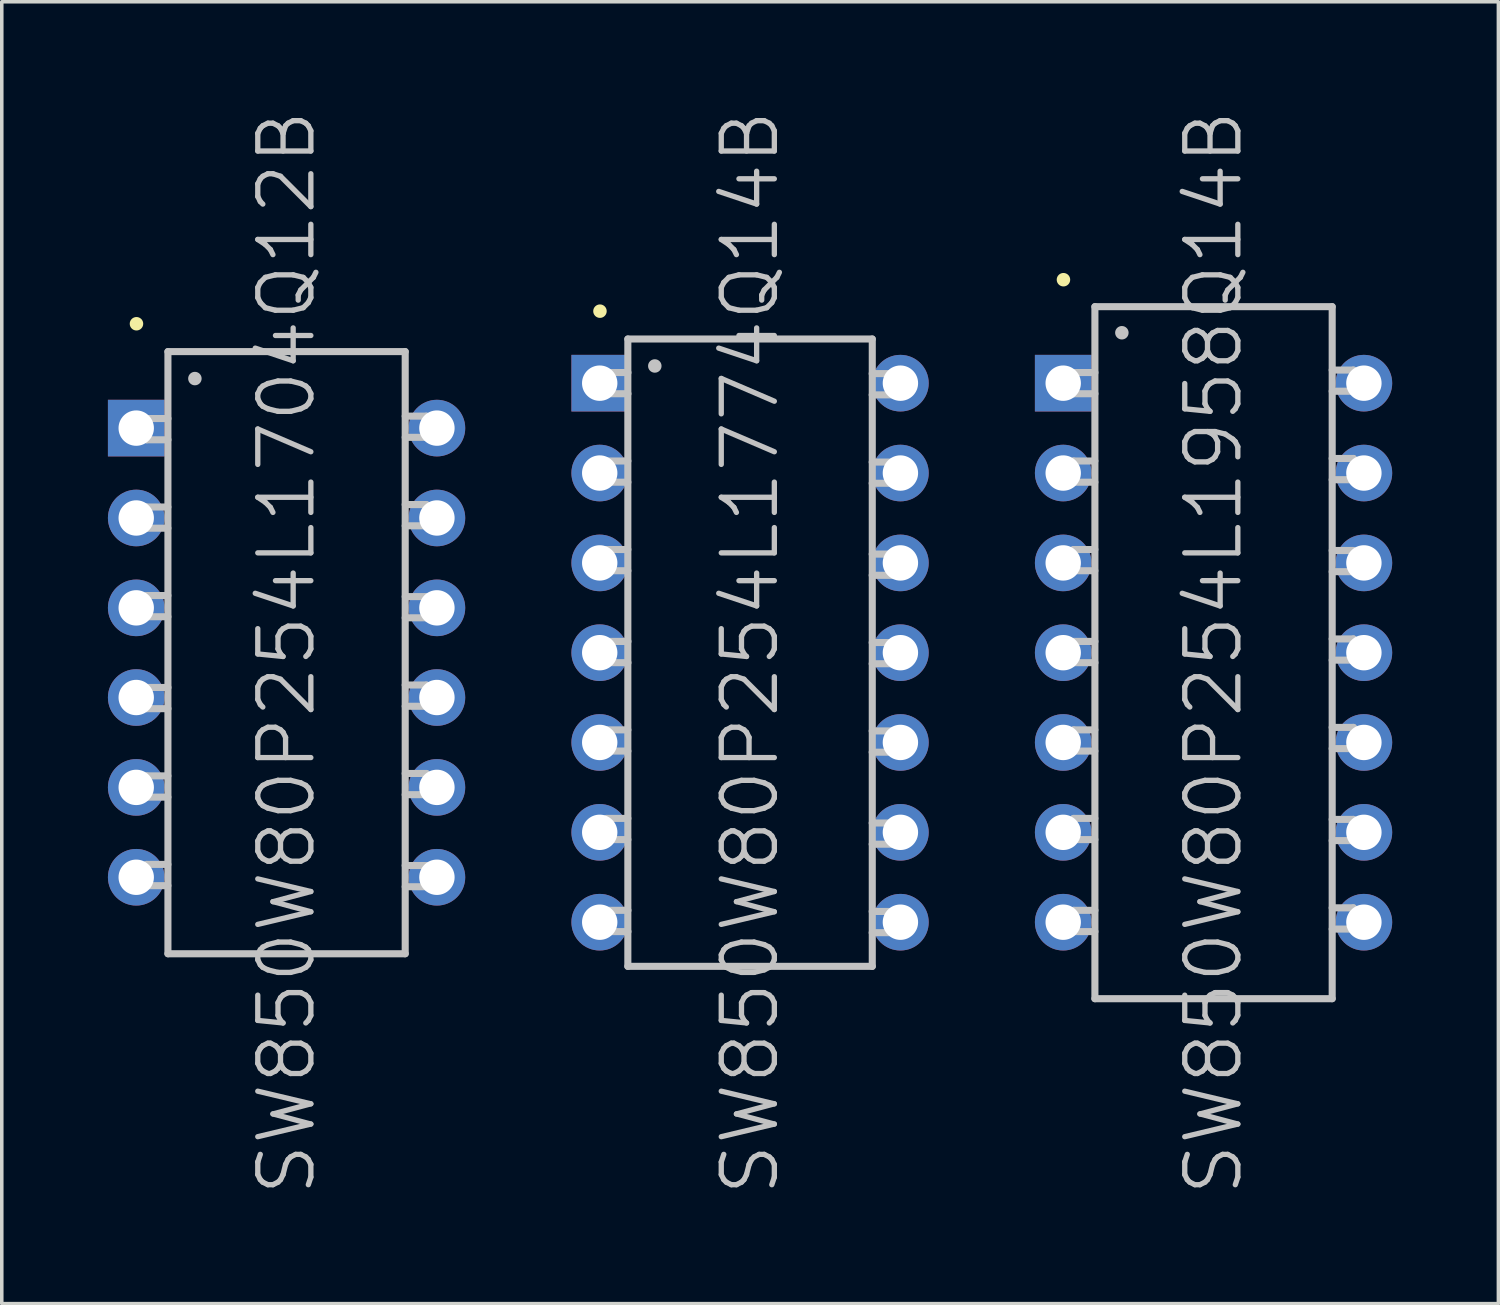
<source format=kicad_pcb>
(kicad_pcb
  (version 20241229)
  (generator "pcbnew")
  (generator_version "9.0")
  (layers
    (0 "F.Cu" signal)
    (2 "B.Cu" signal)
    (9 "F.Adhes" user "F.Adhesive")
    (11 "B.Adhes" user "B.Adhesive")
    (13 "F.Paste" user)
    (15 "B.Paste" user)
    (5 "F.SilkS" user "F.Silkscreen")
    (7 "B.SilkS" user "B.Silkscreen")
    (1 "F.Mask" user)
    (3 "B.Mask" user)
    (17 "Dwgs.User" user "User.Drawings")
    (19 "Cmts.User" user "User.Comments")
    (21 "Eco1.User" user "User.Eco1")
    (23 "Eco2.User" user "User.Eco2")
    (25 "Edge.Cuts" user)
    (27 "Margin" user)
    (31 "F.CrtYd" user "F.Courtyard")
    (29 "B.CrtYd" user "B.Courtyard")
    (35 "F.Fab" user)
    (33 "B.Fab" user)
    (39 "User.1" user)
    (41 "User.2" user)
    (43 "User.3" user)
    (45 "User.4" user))
  (footprint "SW850W80P254L1958Q14B"
    (layer "F.Cu")
    (at 31.247 15.396)
    (property "Reference" "SW850W80P254L1958Q14B" (at 0 0 90) (layer "Dwgs.User") (effects (font (size 1.5 1.5) (thickness 0.15))))
    (attr through_hole)
    (fp_line (start -4.242 -10.541) (end -4.242 -10.541) (stroke (width 0.381) (type solid)) (layer "F.SilkS"))
    (fp_line (start -3.955 -5.418) (end -3.955 -4.818) (stroke (width 0.2) (type solid)) (layer "Dwgs.User"))
    (fp_line (start -3.955 -4.818) (end -3.355 -4.818) (stroke (width 0.2) (type solid)) (layer "Dwgs.User"))
    (fp_line (start -3.955 -2.916) (end -3.955 -2.316) (stroke (width 0.2) (type solid)) (layer "Dwgs.User"))
    (fp_line (start -3.955 -2.316) (end -3.355 -2.316) (stroke (width 0.2) (type solid)) (layer "Dwgs.User"))
    (fp_line (start -3.955 2.182) (end -3.955 2.781) (stroke (width 0.2) (type solid)) (layer "Dwgs.User"))
    (fp_line (start -3.955 2.781) (end -3.355 2.781) (stroke (width 0.2) (type solid)) (layer "Dwgs.User"))
    (fp_line (start -3.955 4.684) (end -3.955 5.283) (stroke (width 0.2) (type solid)) (layer "Dwgs.User"))
    (fp_line (start -3.955 5.283) (end -3.355 5.283) (stroke (width 0.2) (type solid)) (layer "Dwgs.User"))
    (fp_line (start -3.952 -7.917) (end -3.952 -7.318) (stroke (width 0.2) (type solid)) (layer "Dwgs.User"))
    (fp_line (start -3.952 -7.318) (end -3.353 -7.318) (stroke (width 0.2) (type solid)) (layer "Dwgs.User"))
    (fp_line (start -3.952 -0.318) (end -3.952 0.282) (stroke (width 0.2) (type solid)) (layer "Dwgs.User"))
    (fp_line (start -3.952 0.282) (end -3.353 0.282) (stroke (width 0.2) (type solid)) (layer "Dwgs.User"))
    (fp_line (start -3.952 7.282) (end -3.952 7.882) (stroke (width 0.2) (type solid)) (layer "Dwgs.User"))
    (fp_line (start -3.952 7.882) (end -3.353 7.882) (stroke (width 0.2) (type solid)) (layer "Dwgs.User"))
    (fp_line (start -3.355 -5.418) (end -3.955 -5.418) (stroke (width 0.2) (type solid)) (layer "Dwgs.User"))
    (fp_line (start -3.355 -2.916) (end -3.955 -2.916) (stroke (width 0.2) (type solid)) (layer "Dwgs.User"))
    (fp_line (start -3.355 2.182) (end -3.955 2.182) (stroke (width 0.2) (type solid)) (layer "Dwgs.User"))
    (fp_line (start -3.355 4.684) (end -3.955 4.684) (stroke (width 0.2) (type solid)) (layer "Dwgs.User"))
    (fp_line (start -3.353 -9.779) (end -3.353 9.779) (stroke (width 0.2) (type solid)) (layer "Dwgs.User"))
    (fp_line (start -3.353 -9.779) (end 3.353 -9.779) (stroke (width 0.2) (type solid)) (layer "Dwgs.User"))
    (fp_line (start -3.353 -7.917) (end -3.952 -7.917) (stroke (width 0.2) (type solid)) (layer "Dwgs.User"))
    (fp_line (start -3.353 -0.318) (end -3.952 -0.318) (stroke (width 0.2) (type solid)) (layer "Dwgs.User"))
    (fp_line (start -3.353 7.282) (end -3.952 7.282) (stroke (width 0.2) (type solid)) (layer "Dwgs.User"))
    (fp_line (start -3.353 9.779) (end 3.353 9.779) (stroke (width 0.2) (type solid)) (layer "Dwgs.User"))
    (fp_line (start -2.591 -9.042) (end -2.591 -9.042) (stroke (width 0.381) (type solid)) (layer "Dwgs.User"))
    (fp_line (start 3.353 -9.779) (end 3.353 9.779) (stroke (width 0.2) (type solid)) (layer "Dwgs.User"))
    (fp_line (start 3.353 -7.389) (end 3.952 -7.389) (stroke (width 0.2) (type solid)) (layer "Dwgs.User"))
    (fp_line (start 3.353 -4.889) (end 3.952 -4.889) (stroke (width 0.2) (type solid)) (layer "Dwgs.User"))
    (fp_line (start 3.353 -2.289) (end 3.952 -2.289) (stroke (width 0.2) (type solid)) (layer "Dwgs.User"))
    (fp_line (start 3.353 0.211) (end 3.952 0.211) (stroke (width 0.2) (type solid)) (layer "Dwgs.User"))
    (fp_line (start 3.353 2.71) (end 3.952 2.71) (stroke (width 0.2) (type solid)) (layer "Dwgs.User"))
    (fp_line (start 3.353 5.311) (end 3.952 5.311) (stroke (width 0.2) (type solid)) (layer "Dwgs.User"))
    (fp_line (start 3.353 7.811) (end 3.952 7.811) (stroke (width 0.2) (type solid)) (layer "Dwgs.User"))
    (fp_line (start 3.952 -7.988) (end 3.353 -7.988) (stroke (width 0.2) (type solid)) (layer "Dwgs.User"))
    (fp_line (start 3.952 -7.389) (end 3.952 -7.988) (stroke (width 0.2) (type solid)) (layer "Dwgs.User"))
    (fp_line (start 3.952 -5.489) (end 3.353 -5.489) (stroke (width 0.2) (type solid)) (layer "Dwgs.User"))
    (fp_line (start 3.952 -4.889) (end 3.952 -5.489) (stroke (width 0.2) (type solid)) (layer "Dwgs.User"))
    (fp_line (start 3.952 -2.888) (end 3.353 -2.888) (stroke (width 0.2) (type solid)) (layer "Dwgs.User"))
    (fp_line (start 3.952 -2.289) (end 3.952 -2.888) (stroke (width 0.2) (type solid)) (layer "Dwgs.User"))
    (fp_line (start 3.952 -0.389) (end 3.353 -0.389) (stroke (width 0.2) (type solid)) (layer "Dwgs.User"))
    (fp_line (start 3.952 0.211) (end 3.952 -0.389) (stroke (width 0.2) (type solid)) (layer "Dwgs.User"))
    (fp_line (start 3.952 2.111) (end 3.353 2.111) (stroke (width 0.2) (type solid)) (layer "Dwgs.User"))
    (fp_line (start 3.952 2.71) (end 3.952 2.111) (stroke (width 0.2) (type solid)) (layer "Dwgs.User"))
    (fp_line (start 3.952 4.712) (end 3.353 4.712) (stroke (width 0.2) (type solid)) (layer "Dwgs.User"))
    (fp_line (start 3.952 5.311) (end 3.952 4.712) (stroke (width 0.2) (type solid)) (layer "Dwgs.User"))
    (fp_line (start 3.952 7.211) (end 3.353 7.211) (stroke (width 0.2) (type solid)) (layer "Dwgs.User"))
    (fp_line (start 3.952 7.811) (end 3.952 7.211) (stroke (width 0.2) (type solid)) (layer "Dwgs.User"))
    (pad "1" thru_hole rect (at -4.249 -7.617 180) (size 1.6 1.6) (drill 1) (layers "*.Cu" "*.Mask"))
    (pad "2" thru_hole circle (at -4.249 -5.077 180) (size 1.6 1.6) (drill 1) (layers "*.Cu" "*.Mask"))
    (pad "3" thru_hole circle (at -4.249 -2.537 180) (size 1.6 1.6) (drill 1) (layers "*.Cu" "*.Mask"))
    (pad "4" thru_hole circle (at -4.249 0 180) (size 1.6 1.6) (drill 1) (layers "*.Cu" "*.Mask"))
    (pad "5" thru_hole circle (at -4.249 2.537 180) (size 1.6 1.6) (drill 1) (layers "*.Cu" "*.Mask"))
    (pad "6" thru_hole circle (at -4.249 5.077 180) (size 1.6 1.6) (drill 1) (layers "*.Cu" "*.Mask"))
    (pad "7" thru_hole circle (at -4.249 7.617 180) (size 1.6 1.6) (drill 1) (layers "*.Cu" "*.Mask"))
    (pad "8" thru_hole circle (at 4.249 7.617 180) (size 1.6 1.6) (drill 1) (layers "*.Cu" "*.Mask"))
    (pad "9" thru_hole circle (at 4.249 5.077 180) (size 1.6 1.6) (drill 1) (layers "*.Cu" "*.Mask"))
    (pad "10" thru_hole circle (at 4.249 2.537 180) (size 1.6 1.6) (drill 1) (layers "*.Cu" "*.Mask"))
    (pad "11" thru_hole circle (at 4.249 0 180) (size 1.6 1.6) (drill 1) (layers "*.Cu" "*.Mask"))
    (pad "12" thru_hole circle (at 4.249 -2.537 180) (size 1.6 1.6) (drill 1) (layers "*.Cu" "*.Mask"))
    (pad "13" thru_hole circle (at 4.249 -5.077 180) (size 1.6 1.6) (drill 1) (layers "*.Cu" "*.Mask"))
    (pad "14" thru_hole circle (at 4.249 -7.617 180) (size 1.6 1.6) (drill 1) (layers "*.Cu" "*.Mask")))
  (footprint "SW850W80P254L1774Q14B"
    (layer "F.Cu")
    (at 18.148 15.396)
    (property "Reference" "SW850W80P254L1774Q14B" (at 0 0 90) (layer "Dwgs.User") (effects (font (size 1.5 1.5) (thickness 0.15))))
    (attr through_hole)
    (fp_line (start -4.242 -9.652) (end -4.242 -9.652) (stroke (width 0.381) (type solid)) (layer "F.SilkS"))
    (fp_line (start -4.054 -5.418) (end -4.054 -4.818) (stroke (width 0.2) (type solid)) (layer "Dwgs.User"))
    (fp_line (start -4.054 -4.818) (end -3.454 -4.818) (stroke (width 0.2) (type solid)) (layer "Dwgs.User"))
    (fp_line (start -4.054 -2.916) (end -4.054 -2.316) (stroke (width 0.2) (type solid)) (layer "Dwgs.User"))
    (fp_line (start -4.054 -2.316) (end -3.454 -2.316) (stroke (width 0.2) (type solid)) (layer "Dwgs.User"))
    (fp_line (start -4.054 2.182) (end -4.054 2.781) (stroke (width 0.2) (type solid)) (layer "Dwgs.User"))
    (fp_line (start -4.054 2.781) (end -3.454 2.781) (stroke (width 0.2) (type solid)) (layer "Dwgs.User"))
    (fp_line (start -4.054 4.684) (end -4.054 5.283) (stroke (width 0.2) (type solid)) (layer "Dwgs.User"))
    (fp_line (start -4.054 5.283) (end -3.454 5.283) (stroke (width 0.2) (type solid)) (layer "Dwgs.User"))
    (fp_line (start -4.051 -7.917) (end -4.051 -7.318) (stroke (width 0.2) (type solid)) (layer "Dwgs.User"))
    (fp_line (start -4.051 -7.318) (end -3.452 -7.318) (stroke (width 0.2) (type solid)) (layer "Dwgs.User"))
    (fp_line (start -4.051 -0.318) (end -4.051 0.282) (stroke (width 0.2) (type solid)) (layer "Dwgs.User"))
    (fp_line (start -4.051 0.282) (end -3.452 0.282) (stroke (width 0.2) (type solid)) (layer "Dwgs.User"))
    (fp_line (start -4.051 7.282) (end -4.051 7.882) (stroke (width 0.2) (type solid)) (layer "Dwgs.User"))
    (fp_line (start -4.051 7.882) (end -3.452 7.882) (stroke (width 0.2) (type solid)) (layer "Dwgs.User"))
    (fp_line (start -3.454 -8.865) (end -3.454 8.865) (stroke (width 0.2) (type solid)) (layer "Dwgs.User"))
    (fp_line (start -3.454 -8.865) (end 3.454 -8.865) (stroke (width 0.2) (type solid)) (layer "Dwgs.User"))
    (fp_line (start -3.454 -5.418) (end -4.054 -5.418) (stroke (width 0.2) (type solid)) (layer "Dwgs.User"))
    (fp_line (start -3.454 -2.916) (end -4.054 -2.916) (stroke (width 0.2) (type solid)) (layer "Dwgs.User"))
    (fp_line (start -3.454 2.182) (end -4.054 2.182) (stroke (width 0.2) (type solid)) (layer "Dwgs.User"))
    (fp_line (start -3.454 4.684) (end -4.054 4.684) (stroke (width 0.2) (type solid)) (layer "Dwgs.User"))
    (fp_line (start -3.454 8.865) (end 3.454 8.865) (stroke (width 0.2) (type solid)) (layer "Dwgs.User"))
    (fp_line (start -3.452 -7.917) (end -4.051 -7.917) (stroke (width 0.2) (type solid)) (layer "Dwgs.User"))
    (fp_line (start -3.452 -0.318) (end -4.051 -0.318) (stroke (width 0.2) (type solid)) (layer "Dwgs.User"))
    (fp_line (start -3.452 7.282) (end -4.051 7.282) (stroke (width 0.2) (type solid)) (layer "Dwgs.User"))
    (fp_line (start -2.692 -8.103) (end -2.692 -8.103) (stroke (width 0.381) (type solid)) (layer "Dwgs.User"))
    (fp_line (start 3.452 -7.287) (end 4.051 -7.287) (stroke (width 0.2) (type solid)) (layer "Dwgs.User"))
    (fp_line (start 3.452 -4.788) (end 4.051 -4.788) (stroke (width 0.2) (type solid)) (layer "Dwgs.User"))
    (fp_line (start 3.452 -2.187) (end 4.051 -2.187) (stroke (width 0.2) (type solid)) (layer "Dwgs.User"))
    (fp_line (start 3.452 0.312) (end 4.051 0.312) (stroke (width 0.2) (type solid)) (layer "Dwgs.User"))
    (fp_line (start 3.452 2.812) (end 4.051 2.812) (stroke (width 0.2) (type solid)) (layer "Dwgs.User"))
    (fp_line (start 3.452 5.413) (end 4.051 5.413) (stroke (width 0.2) (type solid)) (layer "Dwgs.User"))
    (fp_line (start 3.452 7.912) (end 4.051 7.912) (stroke (width 0.2) (type solid)) (layer "Dwgs.User"))
    (fp_line (start 3.454 -8.865) (end 3.454 8.865) (stroke (width 0.2) (type solid)) (layer "Dwgs.User"))
    (fp_line (start 4.051 -7.887) (end 3.452 -7.887) (stroke (width 0.2) (type solid)) (layer "Dwgs.User"))
    (fp_line (start 4.051 -7.287) (end 4.051 -7.887) (stroke (width 0.2) (type solid)) (layer "Dwgs.User"))
    (fp_line (start 4.051 -5.387) (end 3.452 -5.387) (stroke (width 0.2) (type solid)) (layer "Dwgs.User"))
    (fp_line (start 4.051 -4.788) (end 4.051 -5.387) (stroke (width 0.2) (type solid)) (layer "Dwgs.User"))
    (fp_line (start 4.051 -2.786) (end 3.452 -2.786) (stroke (width 0.2) (type solid)) (layer "Dwgs.User"))
    (fp_line (start 4.051 -2.187) (end 4.051 -2.786) (stroke (width 0.2) (type solid)) (layer "Dwgs.User"))
    (fp_line (start 4.051 -0.287) (end 3.452 -0.287) (stroke (width 0.2) (type solid)) (layer "Dwgs.User"))
    (fp_line (start 4.051 0.312) (end 4.051 -0.287) (stroke (width 0.2) (type solid)) (layer "Dwgs.User"))
    (fp_line (start 4.051 2.212) (end 3.452 2.212) (stroke (width 0.2) (type solid)) (layer "Dwgs.User"))
    (fp_line (start 4.051 2.812) (end 4.051 2.212) (stroke (width 0.2) (type solid)) (layer "Dwgs.User"))
    (fp_line (start 4.051 4.813) (end 3.452 4.813) (stroke (width 0.2) (type solid)) (layer "Dwgs.User"))
    (fp_line (start 4.051 5.413) (end 4.051 4.813) (stroke (width 0.2) (type solid)) (layer "Dwgs.User"))
    (fp_line (start 4.051 7.313) (end 3.452 7.313) (stroke (width 0.2) (type solid)) (layer "Dwgs.User"))
    (fp_line (start 4.051 7.912) (end 4.051 7.313) (stroke (width 0.2) (type solid)) (layer "Dwgs.User"))
    (pad "1" thru_hole rect (at -4.249 -7.617 180) (size 1.6 1.6) (drill 1) (layers "*.Cu" "*.Mask"))
    (pad "2" thru_hole circle (at -4.249 -5.077 180) (size 1.6 1.6) (drill 1) (layers "*.Cu" "*.Mask"))
    (pad "3" thru_hole circle (at -4.249 -2.537 180) (size 1.6 1.6) (drill 1) (layers "*.Cu" "*.Mask"))
    (pad "4" thru_hole circle (at -4.249 0 180) (size 1.6 1.6) (drill 1) (layers "*.Cu" "*.Mask"))
    (pad "5" thru_hole circle (at -4.249 2.537 180) (size 1.6 1.6) (drill 1) (layers "*.Cu" "*.Mask"))
    (pad "6" thru_hole circle (at -4.249 5.077 180) (size 1.6 1.6) (drill 1) (layers "*.Cu" "*.Mask"))
    (pad "7" thru_hole circle (at -4.249 7.617 180) (size 1.6 1.6) (drill 1) (layers "*.Cu" "*.Mask"))
    (pad "8" thru_hole circle (at 4.249 7.617 180) (size 1.6 1.6) (drill 1) (layers "*.Cu" "*.Mask"))
    (pad "9" thru_hole circle (at 4.249 5.077 180) (size 1.6 1.6) (drill 1) (layers "*.Cu" "*.Mask"))
    (pad "10" thru_hole circle (at 4.249 2.537 180) (size 1.6 1.6) (drill 1) (layers "*.Cu" "*.Mask"))
    (pad "11" thru_hole circle (at 4.249 0 180) (size 1.6 1.6) (drill 1) (layers "*.Cu" "*.Mask"))
    (pad "12" thru_hole circle (at 4.249 -2.537 180) (size 1.6 1.6) (drill 1) (layers "*.Cu" "*.Mask"))
    (pad "13" thru_hole circle (at 4.249 -5.077 180) (size 1.6 1.6) (drill 1) (layers "*.Cu" "*.Mask"))
    (pad "14" thru_hole circle (at 4.249 -7.617 180) (size 1.6 1.6) (drill 1) (layers "*.Cu" "*.Mask")))
  (footprint "SW850W80P254L1704Q12B"
    (layer "F.Cu")
    (at 5.049 15.396)
    (property "Reference" "SW850W80P254L1704Q12B" (at 0 0 90) (layer "Dwgs.User") (effects (font (size 1.5 1.5) (thickness 0.15))))
    (attr through_hole)
    (fp_line (start -4.242 -9.296) (end -4.242 -9.296) (stroke (width 0.381) (type solid)) (layer "F.SilkS"))
    (fp_line (start -3.955 -4.117) (end -3.955 -3.518) (stroke (width 0.2) (type solid)) (layer "Dwgs.User"))
    (fp_line (start -3.955 -3.518) (end -3.355 -3.518) (stroke (width 0.2) (type solid)) (layer "Dwgs.User"))
    (fp_line (start -3.955 -1.615) (end -3.955 -1.016) (stroke (width 0.2) (type solid)) (layer "Dwgs.User"))
    (fp_line (start -3.955 -1.016) (end -3.355 -1.016) (stroke (width 0.2) (type solid)) (layer "Dwgs.User"))
    (fp_line (start -3.955 3.482) (end -3.955 4.082) (stroke (width 0.2) (type solid)) (layer "Dwgs.User"))
    (fp_line (start -3.955 4.082) (end -3.355 4.082) (stroke (width 0.2) (type solid)) (layer "Dwgs.User"))
    (fp_line (start -3.955 5.984) (end -3.955 6.584) (stroke (width 0.2) (type solid)) (layer "Dwgs.User"))
    (fp_line (start -3.955 6.584) (end -3.355 6.584) (stroke (width 0.2) (type solid)) (layer "Dwgs.User"))
    (fp_line (start -3.952 -6.617) (end -3.952 -6.017) (stroke (width 0.2) (type solid)) (layer "Dwgs.User"))
    (fp_line (start -3.952 -6.017) (end -3.353 -6.017) (stroke (width 0.2) (type solid)) (layer "Dwgs.User"))
    (fp_line (start -3.952 0.983) (end -3.952 1.582) (stroke (width 0.2) (type solid)) (layer "Dwgs.User"))
    (fp_line (start -3.952 1.582) (end -3.353 1.582) (stroke (width 0.2) (type solid)) (layer "Dwgs.User"))
    (fp_line (start -3.355 -4.117) (end -3.955 -4.117) (stroke (width 0.2) (type solid)) (layer "Dwgs.User"))
    (fp_line (start -3.355 -1.615) (end -3.955 -1.615) (stroke (width 0.2) (type solid)) (layer "Dwgs.User"))
    (fp_line (start -3.355 3.482) (end -3.955 3.482) (stroke (width 0.2) (type solid)) (layer "Dwgs.User"))
    (fp_line (start -3.355 5.984) (end -3.955 5.984) (stroke (width 0.2) (type solid)) (layer "Dwgs.User"))
    (fp_line (start -3.353 -8.509) (end -3.353 8.509) (stroke (width 0.2) (type solid)) (layer "Dwgs.User"))
    (fp_line (start -3.353 -8.509) (end 3.353 -8.509) (stroke (width 0.2) (type solid)) (layer "Dwgs.User"))
    (fp_line (start -3.353 -6.617) (end -3.952 -6.617) (stroke (width 0.2) (type solid)) (layer "Dwgs.User"))
    (fp_line (start -3.353 0.983) (end -3.952 0.983) (stroke (width 0.2) (type solid)) (layer "Dwgs.User"))
    (fp_line (start -3.353 8.509) (end 3.353 8.509) (stroke (width 0.2) (type solid)) (layer "Dwgs.User"))
    (fp_line (start -2.591 -7.747) (end -2.591 -7.747) (stroke (width 0.381) (type solid)) (layer "Dwgs.User"))
    (fp_line (start 3.353 -8.509) (end 3.353 8.509) (stroke (width 0.2) (type solid)) (layer "Dwgs.User"))
    (fp_line (start 3.353 -6.086) (end 3.952 -6.086) (stroke (width 0.2) (type solid)) (layer "Dwgs.User"))
    (fp_line (start 3.353 -3.586) (end 3.952 -3.586) (stroke (width 0.2) (type solid)) (layer "Dwgs.User"))
    (fp_line (start 3.353 -0.986) (end 3.952 -0.986) (stroke (width 0.2) (type solid)) (layer "Dwgs.User"))
    (fp_line (start 3.353 1.514) (end 3.952 1.514) (stroke (width 0.2) (type solid)) (layer "Dwgs.User"))
    (fp_line (start 3.353 4.013) (end 3.952 4.013) (stroke (width 0.2) (type solid)) (layer "Dwgs.User"))
    (fp_line (start 3.353 6.614) (end 3.952 6.614) (stroke (width 0.2) (type solid)) (layer "Dwgs.User"))
    (fp_line (start 3.952 -6.685) (end 3.353 -6.685) (stroke (width 0.2) (type solid)) (layer "Dwgs.User"))
    (fp_line (start 3.952 -6.086) (end 3.952 -6.685) (stroke (width 0.2) (type solid)) (layer "Dwgs.User"))
    (fp_line (start 3.952 -4.186) (end 3.353 -4.186) (stroke (width 0.2) (type solid)) (layer "Dwgs.User"))
    (fp_line (start 3.952 -3.586) (end 3.952 -4.186) (stroke (width 0.2) (type solid)) (layer "Dwgs.User"))
    (fp_line (start 3.952 -1.585) (end 3.353 -1.585) (stroke (width 0.2) (type solid)) (layer "Dwgs.User"))
    (fp_line (start 3.952 -0.986) (end 3.952 -1.585) (stroke (width 0.2) (type solid)) (layer "Dwgs.User"))
    (fp_line (start 3.952 0.914) (end 3.353 0.914) (stroke (width 0.2) (type solid)) (layer "Dwgs.User"))
    (fp_line (start 3.952 1.514) (end 3.952 0.914) (stroke (width 0.2) (type solid)) (layer "Dwgs.User"))
    (fp_line (start 3.952 3.414) (end 3.353 3.414) (stroke (width 0.2) (type solid)) (layer "Dwgs.User"))
    (fp_line (start 3.952 4.013) (end 3.952 3.414) (stroke (width 0.2) (type solid)) (layer "Dwgs.User"))
    (fp_line (start 3.952 6.015) (end 3.353 6.015) (stroke (width 0.2) (type solid)) (layer "Dwgs.User"))
    (fp_line (start 3.952 6.614) (end 3.952 6.015) (stroke (width 0.2) (type solid)) (layer "Dwgs.User"))
    (pad "1" thru_hole rect (at -4.249 -6.347 180) (size 1.6 1.6) (drill 1) (layers "*.Cu" "*.Mask"))
    (pad "2" thru_hole circle (at -4.249 -3.807 180) (size 1.6 1.6) (drill 1) (layers "*.Cu" "*.Mask"))
    (pad "3" thru_hole circle (at -4.249 -1.267 180) (size 1.6 1.6) (drill 1) (layers "*.Cu" "*.Mask"))
    (pad "4" thru_hole circle (at -4.249 1.267 180) (size 1.6 1.6) (drill 1) (layers "*.Cu" "*.Mask"))
    (pad "5" thru_hole circle (at -4.249 3.807 180) (size 1.6 1.6) (drill 1) (layers "*.Cu" "*.Mask"))
    (pad "6" thru_hole circle (at -4.249 6.347 180) (size 1.6 1.6) (drill 1) (layers "*.Cu" "*.Mask"))
    (pad "7" thru_hole circle (at 4.249 6.347 180) (size 1.6 1.6) (drill 1) (layers "*.Cu" "*.Mask"))
    (pad "8" thru_hole circle (at 4.249 3.807 180) (size 1.6 1.6) (drill 1) (layers "*.Cu" "*.Mask"))
    (pad "9" thru_hole circle (at 4.249 1.267 180) (size 1.6 1.6) (drill 1) (layers "*.Cu" "*.Mask"))
    (pad "10" thru_hole circle (at 4.249 -1.267 180) (size 1.6 1.6) (drill 1) (layers "*.Cu" "*.Mask"))
    (pad "11" thru_hole circle (at 4.249 -3.807 180) (size 1.6 1.6) (drill 1) (layers "*.Cu" "*.Mask"))
    (pad "12" thru_hole circle (at 4.249 -6.347 180) (size 1.6 1.6) (drill 1) (layers "*.Cu" "*.Mask")))
  (gr_rect
    (start -3 -3)
    (end 39.297 33.793)
    (stroke (width 0.1) (type default))
    (fill no)
    (layer "Edge.Cuts")))
</source>
